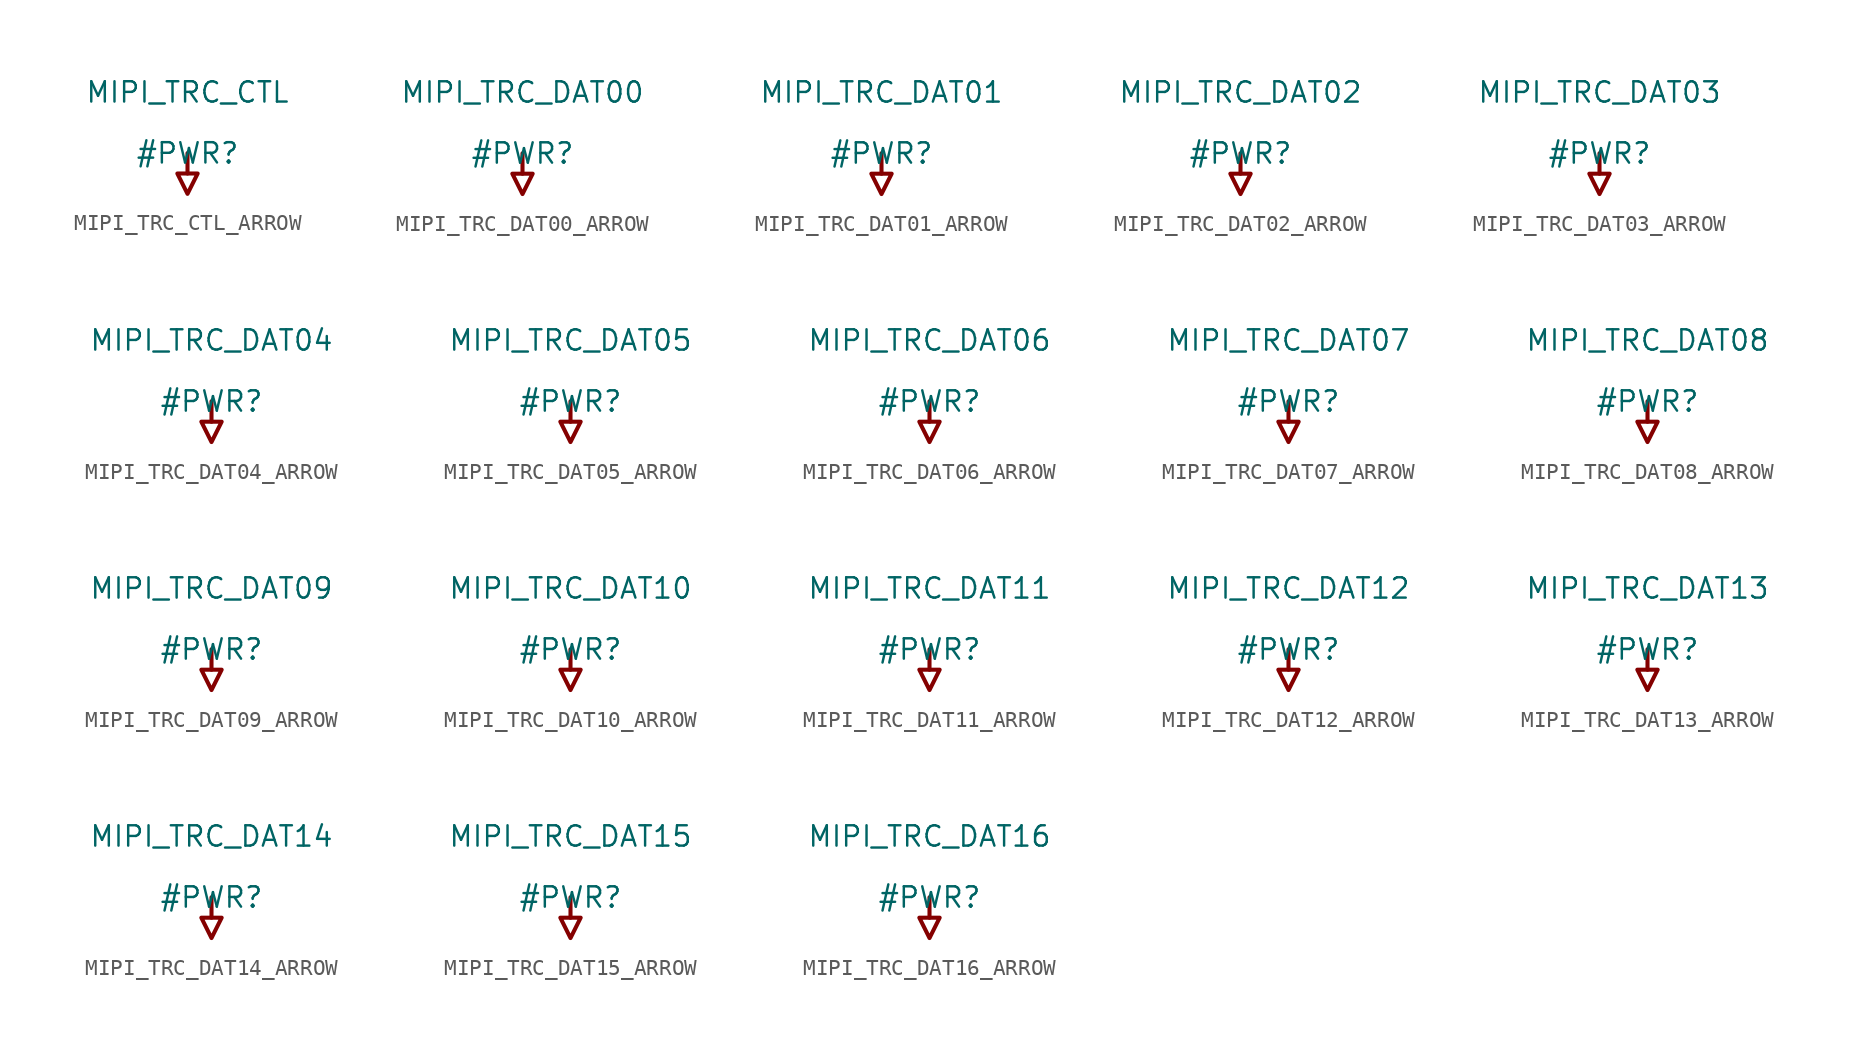
<source format=kicad_sym>
(kicad_symbol_lib
  (version 20231120)
  (generator "kicad_symbol_editor")
  (generator_version "8.0")
  (symbol "MIPI_TRC_CTL_ARROW"
    (power)
    (property "Reference" "#PWR"
      (at 0 0 0)
      (effects (font (size 1.27 1.27))))
    (property "Value" "MIPI_TRC_CTL"
      (at 0 3.81 0)
      (effects (font (size 1.27 1.27))))
    (symbol "MIPI_TRC_CTL_ARROW_0_0"
      (polyline (pts (xy 0 0) (xy 0 -1.27)) (stroke (width 0.254) (type solid)) (fill (type none)))
      (polyline (pts (xy -0.635 -1.27) (xy 0.635 -1.27) (xy 0 -2.54) (xy -0.635 -1.27)) (stroke (width 0.254) (type solid)) (fill (type none)))
      (pin power_in line (at 0 0 0) (length 0) hide (name "MIPI_TRC_CTL" (effects (font (size 1.27 1.27)))) (number "" (effects (font (size 1.27 1.27)))))))
  (symbol "MIPI_TRC_DAT00_ARROW"
    (power)
    (property "Reference" "#PWR"
      (at 0 0 0)
      (effects (font (size 1.27 1.27))))
    (property "Value" "MIPI_TRC_DAT00"
      (at 0 3.81 0)
      (effects (font (size 1.27 1.27))))
    (symbol "MIPI_TRC_DAT00_ARROW_0_0"
      (polyline (pts (xy 0 0) (xy 0 -1.27)) (stroke (width 0.254) (type solid)) (fill (type none)))
      (polyline (pts (xy -0.635 -1.27) (xy 0.635 -1.27) (xy 0 -2.54) (xy -0.635 -1.27)) (stroke (width 0.254) (type solid)) (fill (type none)))
      (pin power_in line (at 0 0 0) (length 0) hide (name "MIPI_TRC_DAT00" (effects (font (size 1.27 1.27)))) (number "" (effects (font (size 1.27 1.27)))))))
  (symbol "MIPI_TRC_DAT01_ARROW"
    (power)
    (property "Reference" "#PWR"
      (at 0 0 0)
      (effects (font (size 1.27 1.27))))
    (property "Value" "MIPI_TRC_DAT01"
      (at 0 3.81 0)
      (effects (font (size 1.27 1.27))))
    (symbol "MIPI_TRC_DAT01_ARROW_0_0"
      (polyline (pts (xy 0 0) (xy 0 -1.27)) (stroke (width 0.254) (type solid)) (fill (type none)))
      (polyline (pts (xy -0.635 -1.27) (xy 0.635 -1.27) (xy 0 -2.54) (xy -0.635 -1.27)) (stroke (width 0.254) (type solid)) (fill (type none)))
      (pin power_in line (at 0 0 0) (length 0) hide (name "MIPI_TRC_DAT01" (effects (font (size 1.27 1.27)))) (number "" (effects (font (size 1.27 1.27)))))))
  (symbol "MIPI_TRC_DAT02_ARROW"
    (power)
    (property "Reference" "#PWR"
      (at 0 0 0)
      (effects (font (size 1.27 1.27))))
    (property "Value" "MIPI_TRC_DAT02"
      (at 0 3.81 0)
      (effects (font (size 1.27 1.27))))
    (symbol "MIPI_TRC_DAT02_ARROW_0_0"
      (polyline (pts (xy 0 0) (xy 0 -1.27)) (stroke (width 0.254) (type solid)) (fill (type none)))
      (polyline (pts (xy -0.635 -1.27) (xy 0.635 -1.27) (xy 0 -2.54) (xy -0.635 -1.27)) (stroke (width 0.254) (type solid)) (fill (type none)))
      (pin power_in line (at 0 0 0) (length 0) hide (name "MIPI_TRC_DAT02" (effects (font (size 1.27 1.27)))) (number "" (effects (font (size 1.27 1.27)))))))
  (symbol "MIPI_TRC_DAT03_ARROW"
    (power)
    (property "Reference" "#PWR"
      (at 0 0 0)
      (effects (font (size 1.27 1.27))))
    (property "Value" "MIPI_TRC_DAT03"
      (at 0 3.81 0)
      (effects (font (size 1.27 1.27))))
    (symbol "MIPI_TRC_DAT03_ARROW_0_0"
      (polyline (pts (xy 0 0) (xy 0 -1.27)) (stroke (width 0.254) (type solid)) (fill (type none)))
      (polyline (pts (xy -0.635 -1.27) (xy 0.635 -1.27) (xy 0 -2.54) (xy -0.635 -1.27)) (stroke (width 0.254) (type solid)) (fill (type none)))
      (pin power_in line (at 0 0 0) (length 0) hide (name "MIPI_TRC_DAT03" (effects (font (size 1.27 1.27)))) (number "" (effects (font (size 1.27 1.27)))))))
  (symbol "MIPI_TRC_DAT04_ARROW"
    (power)
    (property "Reference" "#PWR"
      (at 0 0 0)
      (effects (font (size 1.27 1.27))))
    (property "Value" "MIPI_TRC_DAT04"
      (at 0 3.81 0)
      (effects (font (size 1.27 1.27))))
    (symbol "MIPI_TRC_DAT04_ARROW_0_0"
      (polyline (pts (xy 0 0) (xy 0 -1.27)) (stroke (width 0.254) (type solid)) (fill (type none)))
      (polyline (pts (xy -0.635 -1.27) (xy 0.635 -1.27) (xy 0 -2.54) (xy -0.635 -1.27)) (stroke (width 0.254) (type solid)) (fill (type none)))
      (pin power_in line (at 0 0 0) (length 0) hide (name "MIPI_TRC_DAT04" (effects (font (size 1.27 1.27)))) (number "" (effects (font (size 1.27 1.27)))))))
  (symbol "MIPI_TRC_DAT05_ARROW"
    (power)
    (property "Reference" "#PWR"
      (at 0 0 0)
      (effects (font (size 1.27 1.27))))
    (property "Value" "MIPI_TRC_DAT05"
      (at 0 3.81 0)
      (effects (font (size 1.27 1.27))))
    (symbol "MIPI_TRC_DAT05_ARROW_0_0"
      (polyline (pts (xy 0 0) (xy 0 -1.27)) (stroke (width 0.254) (type solid)) (fill (type none)))
      (polyline (pts (xy -0.635 -1.27) (xy 0.635 -1.27) (xy 0 -2.54) (xy -0.635 -1.27)) (stroke (width 0.254) (type solid)) (fill (type none)))
      (pin power_in line (at 0 0 0) (length 0) hide (name "MIPI_TRC_DAT05" (effects (font (size 1.27 1.27)))) (number "" (effects (font (size 1.27 1.27)))))))
  (symbol "MIPI_TRC_DAT06_ARROW"
    (power)
    (property "Reference" "#PWR"
      (at 0 0 0)
      (effects (font (size 1.27 1.27))))
    (property "Value" "MIPI_TRC_DAT06"
      (at 0 3.81 0)
      (effects (font (size 1.27 1.27))))
    (symbol "MIPI_TRC_DAT06_ARROW_0_0"
      (polyline (pts (xy 0 0) (xy 0 -1.27)) (stroke (width 0.254) (type solid)) (fill (type none)))
      (polyline (pts (xy -0.635 -1.27) (xy 0.635 -1.27) (xy 0 -2.54) (xy -0.635 -1.27)) (stroke (width 0.254) (type solid)) (fill (type none)))
      (pin power_in line (at 0 0 0) (length 0) hide (name "MIPI_TRC_DAT06" (effects (font (size 1.27 1.27)))) (number "" (effects (font (size 1.27 1.27)))))))
  (symbol "MIPI_TRC_DAT07_ARROW"
    (power)
    (property "Reference" "#PWR"
      (at 0 0 0)
      (effects (font (size 1.27 1.27))))
    (property "Value" "MIPI_TRC_DAT07"
      (at 0 3.81 0)
      (effects (font (size 1.27 1.27))))
    (symbol "MIPI_TRC_DAT07_ARROW_0_0"
      (polyline (pts (xy 0 0) (xy 0 -1.27)) (stroke (width 0.254) (type solid)) (fill (type none)))
      (polyline (pts (xy -0.635 -1.27) (xy 0.635 -1.27) (xy 0 -2.54) (xy -0.635 -1.27)) (stroke (width 0.254) (type solid)) (fill (type none)))
      (pin power_in line (at 0 0 0) (length 0) hide (name "MIPI_TRC_DAT07" (effects (font (size 1.27 1.27)))) (number "" (effects (font (size 1.27 1.27)))))))
  (symbol "MIPI_TRC_DAT08_ARROW"
    (power)
    (property "Reference" "#PWR"
      (at 0 0 0)
      (effects (font (size 1.27 1.27))))
    (property "Value" "MIPI_TRC_DAT08"
      (at 0 3.81 0)
      (effects (font (size 1.27 1.27))))
    (symbol "MIPI_TRC_DAT08_ARROW_0_0"
      (polyline (pts (xy 0 0) (xy 0 -1.27)) (stroke (width 0.254) (type solid)) (fill (type none)))
      (polyline (pts (xy -0.635 -1.27) (xy 0.635 -1.27) (xy 0 -2.54) (xy -0.635 -1.27)) (stroke (width 0.254) (type solid)) (fill (type none)))
      (pin power_in line (at 0 0 0) (length 0) hide (name "MIPI_TRC_DAT08" (effects (font (size 1.27 1.27)))) (number "" (effects (font (size 1.27 1.27)))))))
  (symbol "MIPI_TRC_DAT09_ARROW"
    (power)
    (property "Reference" "#PWR"
      (at 0 0 0)
      (effects (font (size 1.27 1.27))))
    (property "Value" "MIPI_TRC_DAT09"
      (at 0 3.81 0)
      (effects (font (size 1.27 1.27))))
    (symbol "MIPI_TRC_DAT09_ARROW_0_0"
      (polyline (pts (xy 0 0) (xy 0 -1.27)) (stroke (width 0.254) (type solid)) (fill (type none)))
      (polyline (pts (xy -0.635 -1.27) (xy 0.635 -1.27) (xy 0 -2.54) (xy -0.635 -1.27)) (stroke (width 0.254) (type solid)) (fill (type none)))
      (pin power_in line (at 0 0 0) (length 0) hide (name "MIPI_TRC_DAT09" (effects (font (size 1.27 1.27)))) (number "" (effects (font (size 1.27 1.27)))))))
  (symbol "MIPI_TRC_DAT10_ARROW"
    (power)
    (property "Reference" "#PWR"
      (at 0 0 0)
      (effects (font (size 1.27 1.27))))
    (property "Value" "MIPI_TRC_DAT10"
      (at 0 3.81 0)
      (effects (font (size 1.27 1.27))))
    (symbol "MIPI_TRC_DAT10_ARROW_0_0"
      (polyline (pts (xy 0 0) (xy 0 -1.27)) (stroke (width 0.254) (type solid)) (fill (type none)))
      (polyline (pts (xy -0.635 -1.27) (xy 0.635 -1.27) (xy 0 -2.54) (xy -0.635 -1.27)) (stroke (width 0.254) (type solid)) (fill (type none)))
      (pin power_in line (at 0 0 0) (length 0) hide (name "MIPI_TRC_DAT10" (effects (font (size 1.27 1.27)))) (number "" (effects (font (size 1.27 1.27)))))))
  (symbol "MIPI_TRC_DAT11_ARROW"
    (power)
    (property "Reference" "#PWR"
      (at 0 0 0)
      (effects (font (size 1.27 1.27))))
    (property "Value" "MIPI_TRC_DAT11"
      (at 0 3.81 0)
      (effects (font (size 1.27 1.27))))
    (symbol "MIPI_TRC_DAT11_ARROW_0_0"
      (polyline (pts (xy 0 0) (xy 0 -1.27)) (stroke (width 0.254) (type solid)) (fill (type none)))
      (polyline (pts (xy -0.635 -1.27) (xy 0.635 -1.27) (xy 0 -2.54) (xy -0.635 -1.27)) (stroke (width 0.254) (type solid)) (fill (type none)))
      (pin power_in line (at 0 0 0) (length 0) hide (name "MIPI_TRC_DAT11" (effects (font (size 1.27 1.27)))) (number "" (effects (font (size 1.27 1.27)))))))
  (symbol "MIPI_TRC_DAT12_ARROW"
    (power)
    (property "Reference" "#PWR"
      (at 0 0 0)
      (effects (font (size 1.27 1.27))))
    (property "Value" "MIPI_TRC_DAT12"
      (at 0 3.81 0)
      (effects (font (size 1.27 1.27))))
    (symbol "MIPI_TRC_DAT12_ARROW_0_0"
      (polyline (pts (xy 0 0) (xy 0 -1.27)) (stroke (width 0.254) (type solid)) (fill (type none)))
      (polyline (pts (xy -0.635 -1.27) (xy 0.635 -1.27) (xy 0 -2.54) (xy -0.635 -1.27)) (stroke (width 0.254) (type solid)) (fill (type none)))
      (pin power_in line (at 0 0 0) (length 0) hide (name "MIPI_TRC_DAT12" (effects (font (size 1.27 1.27)))) (number "" (effects (font (size 1.27 1.27)))))))
  (symbol "MIPI_TRC_DAT13_ARROW"
    (power)
    (property "Reference" "#PWR"
      (at 0 0 0)
      (effects (font (size 1.27 1.27))))
    (property "Value" "MIPI_TRC_DAT13"
      (at 0 3.81 0)
      (effects (font (size 1.27 1.27))))
    (symbol "MIPI_TRC_DAT13_ARROW_0_0"
      (polyline (pts (xy 0 0) (xy 0 -1.27)) (stroke (width 0.254) (type solid)) (fill (type none)))
      (polyline (pts (xy -0.635 -1.27) (xy 0.635 -1.27) (xy 0 -2.54) (xy -0.635 -1.27)) (stroke (width 0.254) (type solid)) (fill (type none)))
      (pin power_in line (at 0 0 0) (length 0) hide (name "MIPI_TRC_DAT13" (effects (font (size 1.27 1.27)))) (number "" (effects (font (size 1.27 1.27)))))))
  (symbol "MIPI_TRC_DAT14_ARROW"
    (power)
    (property "Reference" "#PWR"
      (at 0 0 0)
      (effects (font (size 1.27 1.27))))
    (property "Value" "MIPI_TRC_DAT14"
      (at 0 3.81 0)
      (effects (font (size 1.27 1.27))))
    (symbol "MIPI_TRC_DAT14_ARROW_0_0"
      (polyline (pts (xy 0 0) (xy 0 -1.27)) (stroke (width 0.254) (type solid)) (fill (type none)))
      (polyline (pts (xy -0.635 -1.27) (xy 0.635 -1.27) (xy 0 -2.54) (xy -0.635 -1.27)) (stroke (width 0.254) (type solid)) (fill (type none)))
      (pin power_in line (at 0 0 0) (length 0) hide (name "MIPI_TRC_DAT14" (effects (font (size 1.27 1.27)))) (number "" (effects (font (size 1.27 1.27)))))))
  (symbol "MIPI_TRC_DAT15_ARROW"
    (power)
    (property "Reference" "#PWR"
      (at 0 0 0)
      (effects (font (size 1.27 1.27))))
    (property "Value" "MIPI_TRC_DAT15"
      (at 0 3.81 0)
      (effects (font (size 1.27 1.27))))
    (symbol "MIPI_TRC_DAT15_ARROW_0_0"
      (polyline (pts (xy 0 0) (xy 0 -1.27)) (stroke (width 0.254) (type solid)) (fill (type none)))
      (polyline (pts (xy -0.635 -1.27) (xy 0.635 -1.27) (xy 0 -2.54) (xy -0.635 -1.27)) (stroke (width 0.254) (type solid)) (fill (type none)))
      (pin power_in line (at 0 0 0) (length 0) hide (name "MIPI_TRC_DAT15" (effects (font (size 1.27 1.27)))) (number "" (effects (font (size 1.27 1.27)))))))
  (symbol "MIPI_TRC_DAT16_ARROW"
    (power)
    (property "Reference" "#PWR"
      (at 0 0 0)
      (effects (font (size 1.27 1.27))))
    (property "Value" "MIPI_TRC_DAT16"
      (at 0 3.81 0)
      (effects (font (size 1.27 1.27))))
    (symbol "MIPI_TRC_DAT16_ARROW_0_0"
      (polyline (pts (xy 0 0) (xy 0 -1.27)) (stroke (width 0.254) (type solid)) (fill (type none)))
      (polyline (pts (xy -0.635 -1.27) (xy 0.635 -1.27) (xy 0 -2.54) (xy -0.635 -1.27)) (stroke (width 0.254) (type solid)) (fill (type none)))
      (pin power_in line (at 0 0 0) (length 0) hide (name "MIPI_TRC_DAT16" (effects (font (size 1.27 1.27)))) (number "" (effects (font (size 1.27 1.27))))))))
</source>
